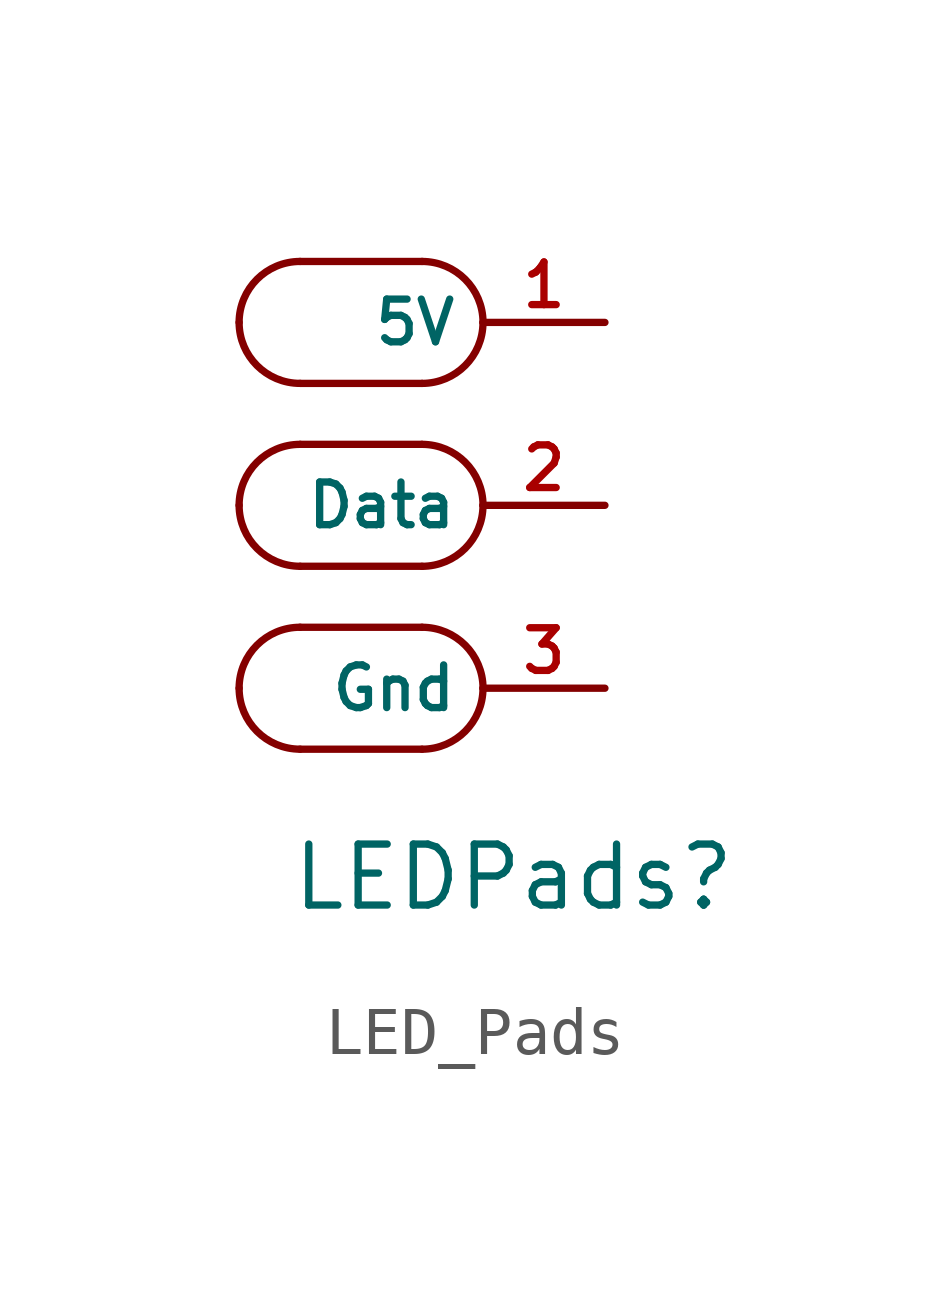
<source format=kicad_sym>
(kicad_symbol_lib
  (version 20231120)
  (generator "kicad_symbol_editor")
  (generator_version "8.0")
  (symbol "LED_Pads"
    (property "Reference" "LEDPads"
      (at 0 0.508 0)
      (effects (font (size 1.27 1.27))))
    (property "Value" ""
      (at 0 0 0)
      (effects (font (size 1.27 1.27))))
    (symbol "LED_Pads_0_1"
      (arc (start -5.715 4.445) (mid -5.343 3.547) (end -4.445 3.175) (stroke (width 0) (type default)) (fill (type none)))
      (arc (start -5.715 8.255) (mid -5.343 7.357) (end -4.445 6.985) (stroke (width 0) (type default)) (fill (type none)))
      (arc (start -5.715 12.065) (mid -5.343 11.167) (end -4.445 10.795) (stroke (width 0) (type default)) (fill (type none)))
      (arc (start -4.445 5.715) (mid -5.343 5.343) (end -5.715 4.445) (stroke (width 0) (type default)) (fill (type none)))
      (arc (start -4.445 9.525) (mid -5.343 9.153) (end -5.715 8.255) (stroke (width 0) (type default)) (fill (type none)))
      (arc (start -4.445 13.335) (mid -5.343 12.963) (end -5.715 12.065) (stroke (width 0) (type default)) (fill (type none)))
      (arc (start -1.905 3.175) (mid -1.007 3.547) (end -0.635 4.445) (stroke (width 0) (type default)) (fill (type none)))
      (arc (start -1.905 6.985) (mid -1.007 7.357) (end -0.635 8.255) (stroke (width 0) (type default)) (fill (type none)))
      (arc (start -1.905 10.795) (mid -1.007 11.167) (end -0.635 12.065) (stroke (width 0) (type default)) (fill (type none)))
      (arc (start -0.635 4.445) (mid -1.007 5.343) (end -1.905 5.715) (stroke (width 0) (type default)) (fill (type none)))
      (arc (start -0.635 8.255) (mid -1.007 9.153) (end -1.905 9.525) (stroke (width 0) (type default)) (fill (type none)))
      (arc (start -0.635 12.065) (mid -1.007 12.963) (end -1.905 13.335) (stroke (width 0) (type default)) (fill (type none)))
      (polyline (pts (xy -1.905 3.175) (xy -4.445 3.175)) (stroke (width 0) (type default)) (fill (type none)))
      (polyline (pts (xy -1.905 5.715) (xy -4.445 5.715)) (stroke (width 0) (type default)) (fill (type none)))
      (polyline (pts (xy -1.905 6.985) (xy -4.445 6.985)) (stroke (width 0) (type default)) (fill (type none)))
      (polyline (pts (xy -1.905 9.525) (xy -4.445 9.525)) (stroke (width 0) (type default)) (fill (type none)))
      (polyline (pts (xy -1.905 10.795) (xy -4.445 10.795)) (stroke (width 0) (type default)) (fill (type none)))
      (polyline (pts (xy -1.905 13.335) (xy -4.445 13.335)) (stroke (width 0) (type default)) (fill (type none))))
    (symbol "LED_Pads_1_1"
      (pin output line (at 1.905 12.065 180) (length 2.54) (name "5V" (effects (font (size 0.889 0.889)))) (number "1" (effects (font (size 0.889 0.889)))))
      (pin output line (at 1.905 8.255 180) (length 2.54) (name "Data" (effects (font (size 0.889 0.889)))) (number "2" (effects (font (size 0.889 0.889)))))
      (pin output line (at 1.905 4.445 180) (length 2.54) (name "Gnd" (effects (font (size 0.889 0.889)))) (number "3" (effects (font (size 0.889 0.889))))))))
</source>
